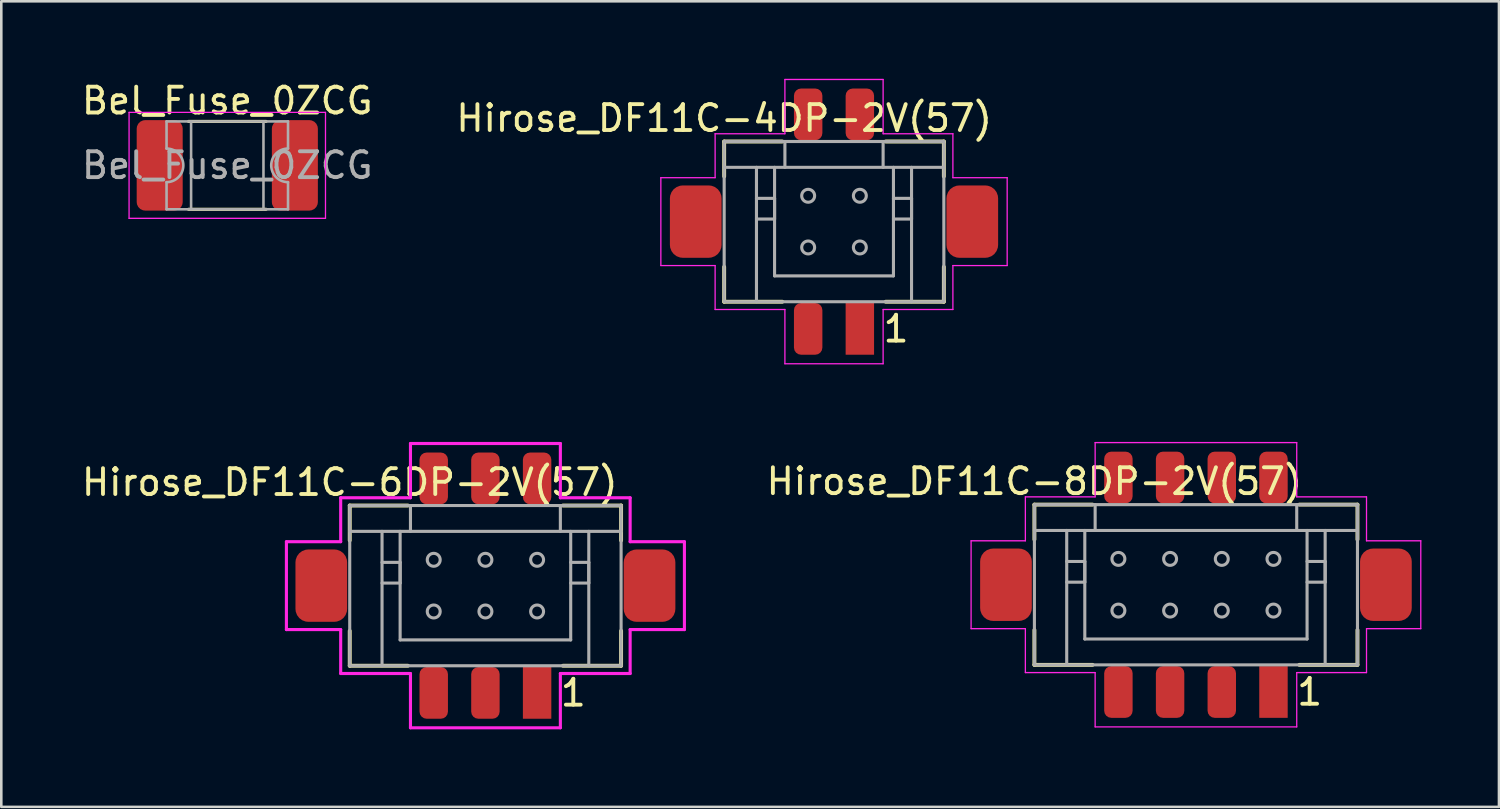
<source format=kicad_pcb>
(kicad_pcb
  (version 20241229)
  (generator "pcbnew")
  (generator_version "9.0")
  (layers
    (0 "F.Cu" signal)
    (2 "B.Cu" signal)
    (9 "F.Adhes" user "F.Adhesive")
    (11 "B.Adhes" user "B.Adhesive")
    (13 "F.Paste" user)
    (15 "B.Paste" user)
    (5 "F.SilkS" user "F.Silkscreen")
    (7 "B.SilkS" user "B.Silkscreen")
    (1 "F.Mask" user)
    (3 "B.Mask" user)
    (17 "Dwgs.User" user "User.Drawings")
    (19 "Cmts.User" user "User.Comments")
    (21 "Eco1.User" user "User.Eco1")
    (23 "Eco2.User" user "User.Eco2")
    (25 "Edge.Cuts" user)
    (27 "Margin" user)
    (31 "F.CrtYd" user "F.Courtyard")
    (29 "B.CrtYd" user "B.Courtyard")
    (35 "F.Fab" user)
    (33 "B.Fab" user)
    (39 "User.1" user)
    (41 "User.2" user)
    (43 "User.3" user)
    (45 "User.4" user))
  (footprint "Hirose_DF11C-6DP-2V(57)"
    (layer "F.Cu")
    (at 15.732 19.61)
    (property "Reference" "Hirose_DF11C-6DP-2V(57)" (at -5.25 -4 0) (layer "F.SilkS") (effects (font (size 1 1) (thickness 0.15))))
    (attr smd)
    (fp_line (start -5.25 -3.1) (end -5.25 -1.75) (stroke (width 0.15) (type solid)) (layer "F.SilkS"))
    (fp_line (start -5.25 -3.1) (end -3 -3.1) (stroke (width 0.15) (type solid)) (layer "F.SilkS"))
    (fp_line (start -5.25 1.75) (end -5.25 3.1) (stroke (width 0.15) (type solid)) (layer "F.SilkS"))
    (fp_line (start -5.25 3.1) (end -3 3.1) (stroke (width 0.15) (type solid)) (layer "F.SilkS"))
    (fp_line (start 3 -3.1) (end 5.25 -3.1) (stroke (width 0.15) (type solid)) (layer "F.SilkS"))
    (fp_line (start 3 3.1) (end 5.25 3.1) (stroke (width 0.15) (type solid)) (layer "F.SilkS"))
    (fp_line (start 5.25 -3.1) (end 5.25 -1.75) (stroke (width 0.15) (type solid)) (layer "F.SilkS"))
    (fp_line (start 5.25 3.1) (end 5.25 1.75) (stroke (width 0.15) (type solid)) (layer "F.SilkS"))
    (fp_line (start -7.7 -1.7) (end -5.6 -1.7) (stroke (width 0.12) (type solid)) (layer "F.CrtYd"))
    (fp_line (start -7.7 1.7) (end -7.7 -1.7) (stroke (width 0.12) (type solid)) (layer "F.CrtYd"))
    (fp_line (start -5.6 -3.4) (end -2.9 -3.4) (stroke (width 0.12) (type solid)) (layer "F.CrtYd"))
    (fp_line (start -5.6 -1.7) (end -5.6 -3.4) (stroke (width 0.12) (type solid)) (layer "F.CrtYd"))
    (fp_line (start -5.6 1.7) (end -7.7 1.7) (stroke (width 0.12) (type solid)) (layer "F.CrtYd"))
    (fp_line (start -5.6 3.4) (end -5.6 1.7) (stroke (width 0.12) (type solid)) (layer "F.CrtYd"))
    (fp_line (start -2.9 -5.5) (end 2.9 -5.5) (stroke (width 0.12) (type solid)) (layer "F.CrtYd"))
    (fp_line (start -2.9 -3.4) (end -2.9 -5.5) (stroke (width 0.12) (type solid)) (layer "F.CrtYd"))
    (fp_line (start -2.9 3.4) (end -5.6 3.4) (stroke (width 0.12) (type solid)) (layer "F.CrtYd"))
    (fp_line (start -2.9 5.5) (end -2.9 3.4) (stroke (width 0.12) (type solid)) (layer "F.CrtYd"))
    (fp_line (start 2.9 -5.5) (end 2.9 -3.4) (stroke (width 0.12) (type solid)) (layer "F.CrtYd"))
    (fp_line (start 2.9 -3.4) (end 5.6 -3.4) (stroke (width 0.12) (type solid)) (layer "F.CrtYd"))
    (fp_line (start 2.9 3.4) (end 2.9 5.5) (stroke (width 0.12) (type solid)) (layer "F.CrtYd"))
    (fp_line (start 2.9 5.5) (end -2.9 5.5) (stroke (width 0.12) (type solid)) (layer "F.CrtYd"))
    (fp_line (start 5.6 -3.4) (end 5.6 -1.7) (stroke (width 0.12) (type solid)) (layer "F.CrtYd"))
    (fp_line (start 5.6 -1.7) (end 7.7 -1.7) (stroke (width 0.12) (type solid)) (layer "F.CrtYd"))
    (fp_line (start 5.6 1.7) (end 5.6 3.4) (stroke (width 0.12) (type solid)) (layer "F.CrtYd"))
    (fp_line (start 5.6 3.4) (end 2.9 3.4) (stroke (width 0.12) (type solid)) (layer "F.CrtYd"))
    (fp_line (start 7.7 -1.7) (end 7.7 1.7) (stroke (width 0.12) (type solid)) (layer "F.CrtYd"))
    (fp_line (start 7.7 1.7) (end 5.6 1.7) (stroke (width 0.12) (type solid)) (layer "F.CrtYd"))
    (fp_line (start -5.25 -3.1) (end 5.25 -3.1) (stroke (width 0.12) (type solid)) (layer "F.Fab"))
    (fp_line (start -5.25 -2.1) (end 5.25 -2.1) (stroke (width 0.12) (type solid)) (layer "F.Fab"))
    (fp_line (start -5.25 3.1) (end -5.25 -3.1) (stroke (width 0.12) (type solid)) (layer "F.Fab"))
    (fp_line (start -4 -2.1) (end -4 3.1) (stroke (width 0.12) (type solid)) (layer "F.Fab"))
    (fp_line (start -4 -0.9) (end -3.3 -0.9) (stroke (width 0.12) (type solid)) (layer "F.Fab"))
    (fp_line (start -3.3 -0.9) (end -3.3 -0.1) (stroke (width 0.12) (type solid)) (layer "F.Fab"))
    (fp_line (start -3.3 -0.1) (end -4 -0.1) (stroke (width 0.12) (type solid)) (layer "F.Fab"))
    (fp_line (start -3.3 2.1) (end -3.3 -2.1) (stroke (width 0.12) (type solid)) (layer "F.Fab"))
    (fp_line (start -2.9 -3.1) (end -2.9 -2.1) (stroke (width 0.12) (type solid)) (layer "F.Fab"))
    (fp_line (start 2.9 -3.1) (end 2.9 -2.1) (stroke (width 0.12) (type solid)) (layer "F.Fab"))
    (fp_line (start 3.3 -2.1) (end 3.3 2.1) (stroke (width 0.12) (type solid)) (layer "F.Fab"))
    (fp_line (start 3.3 -0.9) (end 4 -0.9) (stroke (width 0.12) (type solid)) (layer "F.Fab"))
    (fp_line (start 3.3 2.1) (end -3.3 2.1) (stroke (width 0.12) (type solid)) (layer "F.Fab"))
    (fp_line (start 4 -2.1) (end 4 3.1) (stroke (width 0.12) (type solid)) (layer "F.Fab"))
    (fp_line (start 4 -0.9) (end 4 -0.1) (stroke (width 0.12) (type solid)) (layer "F.Fab"))
    (fp_line (start 4 -0.1) (end 3.3 -0.1) (stroke (width 0.12) (type solid)) (layer "F.Fab"))
    (fp_line (start 5.25 -3.1) (end 5.25 3.1) (stroke (width 0.12) (type solid)) (layer "F.Fab"))
    (fp_line (start 5.25 3.1) (end -5.25 3.1) (stroke (width 0.12) (type solid)) (layer "F.Fab"))
    (fp_circle (center -2 -1) (end -1.75 -1) (stroke (width 0.12) (type solid)) (fill no) (layer "F.Fab"))
    (fp_circle (center -2 1) (end -2 0.75) (stroke (width 0.12) (type solid)) (fill no) (layer "F.Fab"))
    (fp_circle (center 0 -1) (end 0.25 -1) (stroke (width 0.12) (type solid)) (fill no) (layer "F.Fab"))
    (fp_circle (center 0 1) (end 0 0.75) (stroke (width 0.12) (type solid)) (fill no) (layer "F.Fab"))
    (fp_circle (center 2 -1) (end 2 -0.75) (stroke (width 0.12) (type solid)) (fill no) (layer "F.Fab"))
    (fp_circle (center 2 1) (end 1.75 1) (stroke (width 0.12) (type solid)) (fill no) (layer "F.Fab"))
    (fp_text user "1" (at 3.4 4.15 0) (layer "F.SilkS") (effects (font (size 1 1) (thickness 0.15))))
    (pad "1" smd rect (at 2 4.15) (size 1.1 2) (layers "F.Cu" "F.Mask" "F.Paste"))
    (pad "2" smd roundrect (at 2 -4.15) (size 1.1 2) (layers "F.Cu" "F.Mask" "F.Paste") (roundrect_rratio 0.25))
    (pad "3" smd roundrect (at 0 4.15) (size 1.1 2) (layers "F.Cu" "F.Mask" "F.Paste") (roundrect_rratio 0.25))
    (pad "4" smd roundrect (at 0 -4.15) (size 1.1 2) (layers "F.Cu" "F.Mask" "F.Paste") (roundrect_rratio 0.25))
    (pad "5" smd roundrect (at -2 4.15) (size 1.1 2) (layers "F.Cu" "F.Mask" "F.Paste") (roundrect_rratio 0.25))
    (pad "6" smd roundrect (at -2 -4.15) (size 1.1 2) (layers "F.Cu" "F.Mask" "F.Paste") (roundrect_rratio 0.25))
    (pad "MP" smd roundrect (at -6.35 0) (size 2 2.8) (layers "F.Cu" "F.Mask" "F.Paste") (roundrect_rratio 0.25))
    (pad "MP" smd roundrect (at 6.35 0) (size 2 2.8) (layers "F.Cu" "F.Mask" "F.Paste") (roundrect_rratio 0.25)))
  (footprint "Bel_Fuse_0ZCG"
    (layer "F.Cu")
    (at 5.744 3.348)
    (property "Reference" "Bel_Fuse_0ZCG" (at 0 -2.5 0) (layer "F.SilkS") (effects (font (size 1 1) (thickness 0.15))))
    (attr smd)
    (fp_line (start -1.5 -1.7) (end 1.5 -1.7) (stroke (width 0.12) (type solid)) (layer "F.SilkS"))
    (fp_line (start -1.5 1.7) (end 1.5 1.7) (stroke (width 0.12) (type solid)) (layer "F.SilkS"))
    (fp_line (start -3.8 -2.05) (end 3.8 -2.05) (stroke (width 0.05) (type solid)) (layer "F.CrtYd"))
    (fp_line (start -3.8 2.05) (end -3.8 -2.05) (stroke (width 0.05) (type solid)) (layer "F.CrtYd"))
    (fp_line (start 3.8 -2.05) (end 3.8 2.05) (stroke (width 0.05) (type solid)) (layer "F.CrtYd"))
    (fp_line (start 3.8 2.05) (end -3.8 2.05) (stroke (width 0.05) (type solid)) (layer "F.CrtYd"))
    (fp_line (start -2.35 -1.7) (end 2.35 -1.7) (stroke (width 0.1) (type solid)) (layer "F.Fab"))
    (fp_line (start -2.35 -0.65) (end -2.35 -1.7) (stroke (width 0.1) (type solid)) (layer "F.Fab"))
    (fp_line (start -2.35 1.7) (end -2.35 0.65) (stroke (width 0.1) (type solid)) (layer "F.Fab"))
    (fp_line (start -1.4 1.7) (end -1.4 -1.7) (stroke (width 0.1) (type solid)) (layer "F.Fab"))
    (fp_line (start 1.4 -1.7) (end 1.4 1.7) (stroke (width 0.1) (type solid)) (layer "F.Fab"))
    (fp_line (start 2.35 -1.7) (end 2.35 -0.65) (stroke (width 0.1) (type solid)) (layer "F.Fab"))
    (fp_line (start 2.35 0.65) (end 2.35 1.7) (stroke (width 0.1) (type solid)) (layer "F.Fab"))
    (fp_line (start 2.35 1.7) (end -2.35 1.7) (stroke (width 0.1) (type solid)) (layer "F.Fab"))
    (fp_arc (start -2.35 -0.65) (mid -1.7 0) (end -2.35 0.65) (stroke (width 0.1) (type solid)) (layer "F.Fab"))
    (fp_arc (start 2.35 0.65) (mid 1.7 0) (end 2.35 -0.65) (stroke (width 0.1) (type solid)) (layer "F.Fab"))
    (fp_text user "${REFERENCE}" (at 0 0 0) (layer "F.Fab") (effects (font (size 1 1) (thickness 0.15))))
    (pad "1" smd roundrect (at -2.615 0) (size 1.78 3.5) (layers "F.Cu" "F.Mask" "F.Paste") (roundrect_rratio 0.185))
    (pad "2" smd roundrect (at 2.615 0) (size 1.78 3.5) (layers "F.Cu" "F.Mask" "F.Paste") (roundrect_rratio 0.185)))
  (footprint "Hirose_DF11C-8DP-2V(57)"
    (layer "F.Cu")
    (at 43.224 19.575)
    (property "Reference" "Hirose_DF11C-8DP-2V(57)" (at -6.25 -4 0) (layer "F.SilkS") (effects (font (size 1 1) (thickness 0.15))))
    (attr smd)
    (fp_line (start -6.25 -3.1) (end -6.25 -1.75) (stroke (width 0.15) (type solid)) (layer "F.SilkS"))
    (fp_line (start -6.25 -3.1) (end -4 -3.1) (stroke (width 0.15) (type solid)) (layer "F.SilkS"))
    (fp_line (start -6.25 1.75) (end -6.25 3.1) (stroke (width 0.15) (type solid)) (layer "F.SilkS"))
    (fp_line (start -6.25 3.1) (end -4 3.1) (stroke (width 0.15) (type solid)) (layer "F.SilkS"))
    (fp_line (start 4 -3.1) (end 6.25 -3.1) (stroke (width 0.15) (type solid)) (layer "F.SilkS"))
    (fp_line (start 4 3.1) (end 6.25 3.1) (stroke (width 0.15) (type solid)) (layer "F.SilkS"))
    (fp_line (start 6.25 -3.1) (end 6.25 -1.75) (stroke (width 0.15) (type solid)) (layer "F.SilkS"))
    (fp_line (start 6.25 3.1) (end 6.25 1.75) (stroke (width 0.15) (type solid)) (layer "F.SilkS"))
    (fp_line (start -8.7 -1.7) (end -6.6 -1.7) (stroke (width 0.05) (type solid)) (layer "F.CrtYd"))
    (fp_line (start -8.7 1.7) (end -8.7 -1.7) (stroke (width 0.05) (type solid)) (layer "F.CrtYd"))
    (fp_line (start -6.6 -3.4) (end -3.9 -3.4) (stroke (width 0.05) (type solid)) (layer "F.CrtYd"))
    (fp_line (start -6.6 -1.7) (end -6.6 -3.4) (stroke (width 0.05) (type solid)) (layer "F.CrtYd"))
    (fp_line (start -6.6 1.7) (end -8.7 1.7) (stroke (width 0.05) (type solid)) (layer "F.CrtYd"))
    (fp_line (start -6.6 3.4) (end -6.6 1.7) (stroke (width 0.05) (type solid)) (layer "F.CrtYd"))
    (fp_line (start -3.9 -5.5) (end 3.9 -5.5) (stroke (width 0.05) (type solid)) (layer "F.CrtYd"))
    (fp_line (start -3.9 -3.4) (end -3.9 -5.5) (stroke (width 0.05) (type solid)) (layer "F.CrtYd"))
    (fp_line (start -3.9 3.4) (end -6.6 3.4) (stroke (width 0.05) (type solid)) (layer "F.CrtYd"))
    (fp_line (start -3.9 5.5) (end -3.9 3.4) (stroke (width 0.05) (type solid)) (layer "F.CrtYd"))
    (fp_line (start 3.9 -5.5) (end 3.9 -3.4) (stroke (width 0.05) (type solid)) (layer "F.CrtYd"))
    (fp_line (start 3.9 -3.4) (end 6.6 -3.4) (stroke (width 0.05) (type solid)) (layer "F.CrtYd"))
    (fp_line (start 3.9 3.4) (end 3.9 5.5) (stroke (width 0.05) (type solid)) (layer "F.CrtYd"))
    (fp_line (start 3.9 5.5) (end -3.9 5.5) (stroke (width 0.05) (type solid)) (layer "F.CrtYd"))
    (fp_line (start 6.6 -3.4) (end 6.6 -1.7) (stroke (width 0.05) (type solid)) (layer "F.CrtYd"))
    (fp_line (start 6.6 -1.7) (end 8.7 -1.7) (stroke (width 0.05) (type solid)) (layer "F.CrtYd"))
    (fp_line (start 6.6 1.7) (end 6.6 3.4) (stroke (width 0.05) (type solid)) (layer "F.CrtYd"))
    (fp_line (start 6.6 3.4) (end 3.9 3.4) (stroke (width 0.05) (type solid)) (layer "F.CrtYd"))
    (fp_line (start 8.7 -1.7) (end 8.7 1.7) (stroke (width 0.05) (type solid)) (layer "F.CrtYd"))
    (fp_line (start 8.7 1.7) (end 6.6 1.7) (stroke (width 0.05) (type solid)) (layer "F.CrtYd"))
    (fp_line (start -6.25 -3.1) (end 6.25 -3.1) (stroke (width 0.12) (type solid)) (layer "F.Fab"))
    (fp_line (start -6.25 -2.1) (end 6.25 -2.1) (stroke (width 0.12) (type solid)) (layer "F.Fab"))
    (fp_line (start -6.25 3.1) (end -6.25 -3.1) (stroke (width 0.12) (type solid)) (layer "F.Fab"))
    (fp_line (start -5 -2.1) (end -5 3.1) (stroke (width 0.12) (type solid)) (layer "F.Fab"))
    (fp_line (start -5 -0.9) (end -4.3 -0.9) (stroke (width 0.12) (type solid)) (layer "F.Fab"))
    (fp_line (start -4.3 -0.9) (end -4.3 -0.1) (stroke (width 0.12) (type solid)) (layer "F.Fab"))
    (fp_line (start -4.3 -0.1) (end -5 -0.1) (stroke (width 0.12) (type solid)) (layer "F.Fab"))
    (fp_line (start -4.3 2.1) (end -4.3 -2.1) (stroke (width 0.12) (type solid)) (layer "F.Fab"))
    (fp_line (start -3.9 -3.1) (end -3.9 -2.1) (stroke (width 0.12) (type solid)) (layer "F.Fab"))
    (fp_line (start 3.9 -3.1) (end 3.9 -2.1) (stroke (width 0.12) (type solid)) (layer "F.Fab"))
    (fp_line (start 4.3 -2.1) (end 4.3 2.1) (stroke (width 0.12) (type solid)) (layer "F.Fab"))
    (fp_line (start 4.3 -0.9) (end 5 -0.9) (stroke (width 0.12) (type solid)) (layer "F.Fab"))
    (fp_line (start 4.3 2.1) (end -4.3 2.1) (stroke (width 0.12) (type solid)) (layer "F.Fab"))
    (fp_line (start 5 -2.1) (end 5 3.1) (stroke (width 0.12) (type solid)) (layer "F.Fab"))
    (fp_line (start 5 -0.9) (end 5 -0.1) (stroke (width 0.12) (type solid)) (layer "F.Fab"))
    (fp_line (start 5 -0.1) (end 4.3 -0.1) (stroke (width 0.12) (type solid)) (layer "F.Fab"))
    (fp_line (start 6.25 -3.1) (end 6.25 3.1) (stroke (width 0.12) (type solid)) (layer "F.Fab"))
    (fp_line (start 6.25 3.1) (end -6.25 3.1) (stroke (width 0.12) (type solid)) (layer "F.Fab"))
    (fp_circle (center -3 -1) (end -2.75 -1) (stroke (width 0.12) (type solid)) (fill no) (layer "F.Fab"))
    (fp_circle (center -3 1) (end -3 0.75) (stroke (width 0.12) (type solid)) (fill no) (layer "F.Fab"))
    (fp_circle (center -1 -1) (end -0.75 -1) (stroke (width 0.12) (type solid)) (fill no) (layer "F.Fab"))
    (fp_circle (center -1 1) (end -1 0.75) (stroke (width 0.12) (type solid)) (fill no) (layer "F.Fab"))
    (fp_circle (center 1 -1) (end 1.25 -1) (stroke (width 0.12) (type solid)) (fill no) (layer "F.Fab"))
    (fp_circle (center 1 1) (end 1 0.75) (stroke (width 0.12) (type solid)) (fill no) (layer "F.Fab"))
    (fp_circle (center 3 -1) (end 3 -0.75) (stroke (width 0.12) (type solid)) (fill no) (layer "F.Fab"))
    (fp_circle (center 3 1) (end 2.75 1) (stroke (width 0.12) (type solid)) (fill no) (layer "F.Fab"))
    (fp_text user "1" (at 4.4 4.15 0) (layer "F.SilkS") (effects (font (size 1 1) (thickness 0.15))))
    (pad "1" smd rect (at 3 4.15) (size 1.1 2) (layers "F.Cu" "F.Mask" "F.Paste"))
    (pad "2" smd roundrect (at 3 -4.15) (size 1.1 2) (layers "F.Cu" "F.Mask" "F.Paste") (roundrect_rratio 0.25))
    (pad "3" smd roundrect (at 1 4.15) (size 1.1 2) (layers "F.Cu" "F.Mask" "F.Paste") (roundrect_rratio 0.25))
    (pad "4" smd roundrect (at 1 -4.15) (size 1.1 2) (layers "F.Cu" "F.Mask" "F.Paste") (roundrect_rratio 0.25))
    (pad "5" smd roundrect (at -1 4.15) (size 1.1 2) (layers "F.Cu" "F.Mask" "F.Paste") (roundrect_rratio 0.25))
    (pad "6" smd roundrect (at -1 -4.15) (size 1.1 2) (layers "F.Cu" "F.Mask" "F.Paste") (roundrect_rratio 0.25))
    (pad "7" smd roundrect (at -3 4.15) (size 1.1 2) (layers "F.Cu" "F.Mask" "F.Paste") (roundrect_rratio 0.25))
    (pad "8" smd roundrect (at -3 -4.15) (size 1.1 2) (layers "F.Cu" "F.Mask" "F.Paste") (roundrect_rratio 0.25))
    (pad "MP" smd roundrect (at -7.35 0) (size 2 2.8) (layers "F.Cu" "F.Mask" "F.Paste") (roundrect_rratio 0.25))
    (pad "MP" smd roundrect (at 7.35 0) (size 2 2.8) (layers "F.Cu" "F.Mask" "F.Paste") (roundrect_rratio 0.25)))
  (footprint "Hirose_DF11C-4DP-2V(57)"
    (layer "F.Cu")
    (at 29.22 5.525)
    (property "Reference" "Hirose_DF11C-4DP-2V(57)" (at -4.25 -4 0) (layer "F.SilkS") (effects (font (size 1 1) (thickness 0.15))))
    (attr smd)
    (fp_line (start -4.25 -3.1) (end -4.25 -1.75) (stroke (width 0.15) (type solid)) (layer "F.SilkS"))
    (fp_line (start -4.25 -3.1) (end -2 -3.1) (stroke (width 0.15) (type solid)) (layer "F.SilkS"))
    (fp_line (start -4.25 1.75) (end -4.25 3.1) (stroke (width 0.15) (type solid)) (layer "F.SilkS"))
    (fp_line (start -4.25 3.1) (end -2 3.1) (stroke (width 0.15) (type solid)) (layer "F.SilkS"))
    (fp_line (start 2 -3.1) (end 4.25 -3.1) (stroke (width 0.15) (type solid)) (layer "F.SilkS"))
    (fp_line (start 2 3.1) (end 4.25 3.1) (stroke (width 0.15) (type solid)) (layer "F.SilkS"))
    (fp_line (start 4.25 -3.1) (end 4.25 -1.75) (stroke (width 0.15) (type solid)) (layer "F.SilkS"))
    (fp_line (start 4.25 3.1) (end 4.25 1.75) (stroke (width 0.15) (type solid)) (layer "F.SilkS"))
    (fp_line (start -6.7 -1.7) (end -4.6 -1.7) (stroke (width 0.05) (type solid)) (layer "F.CrtYd"))
    (fp_line (start -6.7 1.7) (end -6.7 -1.7) (stroke (width 0.05) (type solid)) (layer "F.CrtYd"))
    (fp_line (start -4.6 -3.4) (end -1.9 -3.4) (stroke (width 0.05) (type solid)) (layer "F.CrtYd"))
    (fp_line (start -4.6 -1.7) (end -4.6 -3.4) (stroke (width 0.05) (type solid)) (layer "F.CrtYd"))
    (fp_line (start -4.6 1.7) (end -6.7 1.7) (stroke (width 0.05) (type solid)) (layer "F.CrtYd"))
    (fp_line (start -4.6 3.4) (end -4.6 1.7) (stroke (width 0.05) (type solid)) (layer "F.CrtYd"))
    (fp_line (start -1.9 -5.5) (end 1.9 -5.5) (stroke (width 0.05) (type solid)) (layer "F.CrtYd"))
    (fp_line (start -1.9 -3.4) (end -1.9 -5.5) (stroke (width 0.05) (type solid)) (layer "F.CrtYd"))
    (fp_line (start -1.9 3.4) (end -4.6 3.4) (stroke (width 0.05) (type solid)) (layer "F.CrtYd"))
    (fp_line (start -1.9 5.5) (end -1.9 3.4) (stroke (width 0.05) (type solid)) (layer "F.CrtYd"))
    (fp_line (start 1.9 -5.5) (end 1.9 -3.4) (stroke (width 0.05) (type solid)) (layer "F.CrtYd"))
    (fp_line (start 1.9 -3.4) (end 4.6 -3.4) (stroke (width 0.05) (type solid)) (layer "F.CrtYd"))
    (fp_line (start 1.9 3.4) (end 1.9 5.5) (stroke (width 0.05) (type solid)) (layer "F.CrtYd"))
    (fp_line (start 1.9 5.5) (end -1.9 5.5) (stroke (width 0.05) (type solid)) (layer "F.CrtYd"))
    (fp_line (start 4.6 -3.4) (end 4.6 -1.7) (stroke (width 0.05) (type solid)) (layer "F.CrtYd"))
    (fp_line (start 4.6 -1.7) (end 6.7 -1.7) (stroke (width 0.05) (type solid)) (layer "F.CrtYd"))
    (fp_line (start 4.6 1.7) (end 4.6 3.4) (stroke (width 0.05) (type solid)) (layer "F.CrtYd"))
    (fp_line (start 4.6 3.4) (end 1.9 3.4) (stroke (width 0.05) (type solid)) (layer "F.CrtYd"))
    (fp_line (start 6.7 -1.7) (end 6.7 1.7) (stroke (width 0.05) (type solid)) (layer "F.CrtYd"))
    (fp_line (start 6.7 1.7) (end 4.6 1.7) (stroke (width 0.05) (type solid)) (layer "F.CrtYd"))
    (fp_line (start -4.25 -3.1) (end 4.25 -3.1) (stroke (width 0.12) (type solid)) (layer "F.Fab"))
    (fp_line (start -4.25 -2.1) (end 4.25 -2.1) (stroke (width 0.12) (type solid)) (layer "F.Fab"))
    (fp_line (start -4.25 3.1) (end -4.25 -3.1) (stroke (width 0.12) (type solid)) (layer "F.Fab"))
    (fp_line (start -3 -2.1) (end -3 3.1) (stroke (width 0.12) (type solid)) (layer "F.Fab"))
    (fp_line (start -3 -0.9) (end -2.3 -0.9) (stroke (width 0.12) (type solid)) (layer "F.Fab"))
    (fp_line (start -2.3 -0.9) (end -2.3 -0.1) (stroke (width 0.12) (type solid)) (layer "F.Fab"))
    (fp_line (start -2.3 -0.1) (end -3 -0.1) (stroke (width 0.12) (type solid)) (layer "F.Fab"))
    (fp_line (start -2.3 2.1) (end -2.3 -2.1) (stroke (width 0.12) (type solid)) (layer "F.Fab"))
    (fp_line (start -1.9 -3.1) (end -1.9 -2.1) (stroke (width 0.12) (type solid)) (layer "F.Fab"))
    (fp_line (start 1.9 -3.1) (end 1.9 -2.1) (stroke (width 0.12) (type solid)) (layer "F.Fab"))
    (fp_line (start 2.3 -2.1) (end 2.3 2.1) (stroke (width 0.12) (type solid)) (layer "F.Fab"))
    (fp_line (start 2.3 -0.9) (end 3 -0.9) (stroke (width 0.12) (type solid)) (layer "F.Fab"))
    (fp_line (start 2.3 2.1) (end -2.3 2.1) (stroke (width 0.12) (type solid)) (layer "F.Fab"))
    (fp_line (start 3 -2.1) (end 3 3.1) (stroke (width 0.12) (type solid)) (layer "F.Fab"))
    (fp_line (start 3 -0.9) (end 3 -0.1) (stroke (width 0.12) (type solid)) (layer "F.Fab"))
    (fp_line (start 3 -0.1) (end 2.3 -0.1) (stroke (width 0.12) (type solid)) (layer "F.Fab"))
    (fp_line (start 4.25 -3.1) (end 4.25 3.1) (stroke (width 0.12) (type solid)) (layer "F.Fab"))
    (fp_line (start 4.25 3.1) (end -4.25 3.1) (stroke (width 0.12) (type solid)) (layer "F.Fab"))
    (fp_circle (center -1 -1) (end -0.75 -1) (stroke (width 0.12) (type solid)) (fill no) (layer "F.Fab"))
    (fp_circle (center -1 1) (end -1 0.75) (stroke (width 0.12) (type solid)) (fill no) (layer "F.Fab"))
    (fp_circle (center 1 -1) (end 1 -0.75) (stroke (width 0.12) (type solid)) (fill no) (layer "F.Fab"))
    (fp_circle (center 1 1) (end 0.75 1) (stroke (width 0.12) (type solid)) (fill no) (layer "F.Fab"))
    (fp_text user "1" (at 2.4 4.15 0) (layer "F.SilkS") (effects (font (size 1 1) (thickness 0.15))))
    (pad "1" smd rect (at 1 4.15) (size 1.1 2) (layers "F.Cu" "F.Mask" "F.Paste"))
    (pad "2" smd roundrect (at 1 -4.15) (size 1.1 2) (layers "F.Cu" "F.Mask" "F.Paste") (roundrect_rratio 0.25))
    (pad "3" smd roundrect (at -1 4.15) (size 1.1 2) (layers "F.Cu" "F.Mask" "F.Paste") (roundrect_rratio 0.25))
    (pad "4" smd roundrect (at -1 -4.15) (size 1.1 2) (layers "F.Cu" "F.Mask" "F.Paste") (roundrect_rratio 0.25))
    (pad "MP" smd roundrect (at -5.35 0) (size 2 2.8) (layers "F.Cu" "F.Mask" "F.Paste") (roundrect_rratio 0.25))
    (pad "MP" smd roundrect (at 5.35 0) (size 2 2.8) (layers "F.Cu" "F.Mask" "F.Paste") (roundrect_rratio 0.25)))
  (gr_rect
    (start -3 -3)
    (end 54.949 28.17)
    (stroke (width 0.1) (type default))
    (fill no)
    (layer "Edge.Cuts")))
</source>
